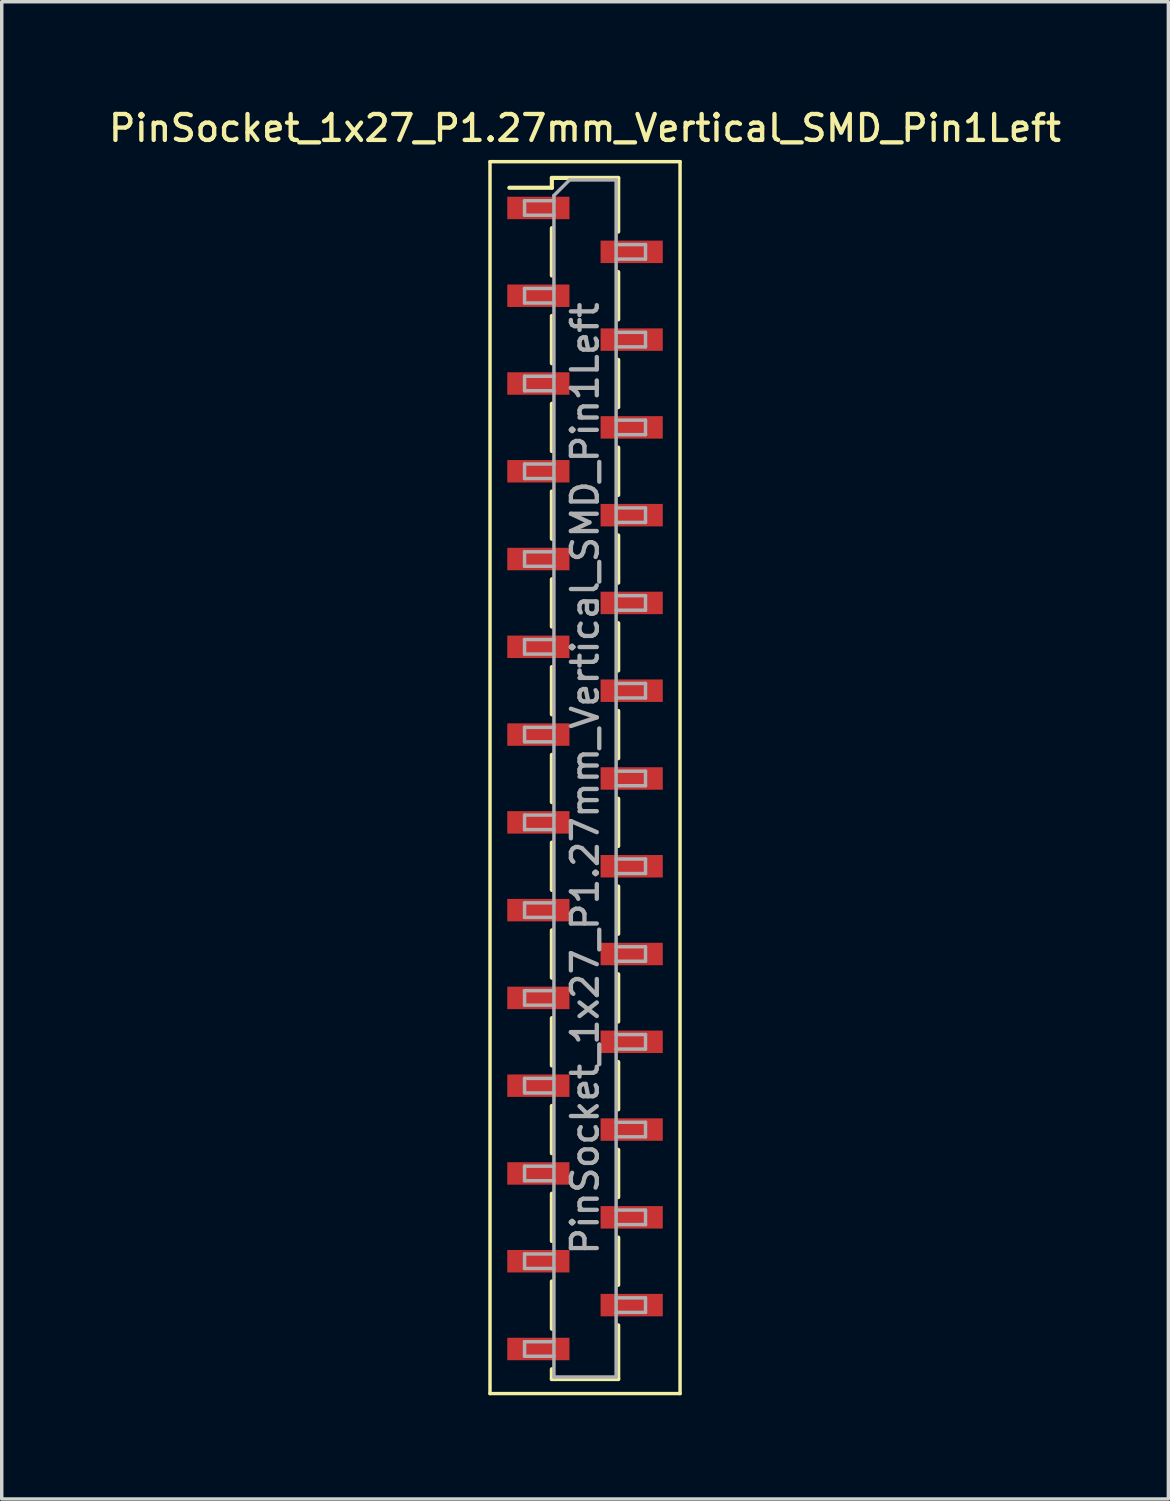
<source format=kicad_pcb>
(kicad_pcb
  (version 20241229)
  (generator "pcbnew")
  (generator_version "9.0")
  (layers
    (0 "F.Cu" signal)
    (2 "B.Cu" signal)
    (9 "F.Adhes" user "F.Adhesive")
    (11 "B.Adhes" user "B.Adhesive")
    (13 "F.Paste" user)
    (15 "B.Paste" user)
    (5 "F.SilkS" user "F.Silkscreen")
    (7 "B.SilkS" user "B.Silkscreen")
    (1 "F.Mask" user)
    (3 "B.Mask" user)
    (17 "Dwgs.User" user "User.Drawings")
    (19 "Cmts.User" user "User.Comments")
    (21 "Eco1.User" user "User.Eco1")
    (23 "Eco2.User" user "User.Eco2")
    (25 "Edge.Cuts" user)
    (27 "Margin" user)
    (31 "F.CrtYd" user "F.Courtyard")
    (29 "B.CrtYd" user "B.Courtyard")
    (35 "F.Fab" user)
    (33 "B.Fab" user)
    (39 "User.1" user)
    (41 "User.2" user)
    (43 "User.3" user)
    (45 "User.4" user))
  (footprint "PinSocket_1x27_P1.27mm_Vertical_SMD_Pin1Left"
    (layer "F.Cu")
    (at 13.88 19.478)
    (property "Reference" "PinSocket_1x27_P1.27mm_Vertical_SMD_Pin1Left" (at 0 -18.82 0) (layer "F.SilkS") (effects (font (size 0.75 0.75) (thickness 0.125))))
    (attr smd)
    (fp_line (start -2.75 -17.85) (end 2.75 -17.85) (stroke (width 0.1) (type solid)) (layer "F.SilkS"))
    (fp_line (start -2.75 17.8) (end -2.75 -17.85) (stroke (width 0.1) (type solid)) (layer "F.SilkS"))
    (fp_line (start -2.19 -17.095) (end -0.96 -17.095) (stroke (width 0.12) (type solid)) (layer "F.SilkS"))
    (fp_line (start -0.96 -17.38) (end -0.96 -17.095) (stroke (width 0.12) (type solid)) (layer "F.SilkS"))
    (fp_line (start -0.96 -17.38) (end 0.96 -17.38) (stroke (width 0.12) (type solid)) (layer "F.SilkS"))
    (fp_line (start -0.96 -15.925) (end -0.96 -14.555) (stroke (width 0.12) (type solid)) (layer "F.SilkS"))
    (fp_line (start -0.96 -13.385) (end -0.96 -12.015) (stroke (width 0.12) (type solid)) (layer "F.SilkS"))
    (fp_line (start -0.96 -10.845) (end -0.96 -9.475) (stroke (width 0.12) (type solid)) (layer "F.SilkS"))
    (fp_line (start -0.96 -8.305) (end -0.96 -6.935) (stroke (width 0.12) (type solid)) (layer "F.SilkS"))
    (fp_line (start -0.96 -5.765) (end -0.96 -4.395) (stroke (width 0.12) (type solid)) (layer "F.SilkS"))
    (fp_line (start -0.96 -3.225) (end -0.96 -1.855) (stroke (width 0.12) (type solid)) (layer "F.SilkS"))
    (fp_line (start -0.96 -0.685) (end -0.96 0.685) (stroke (width 0.12) (type solid)) (layer "F.SilkS"))
    (fp_line (start -0.96 1.855) (end -0.96 3.225) (stroke (width 0.12) (type solid)) (layer "F.SilkS"))
    (fp_line (start -0.96 4.395) (end -0.96 5.765) (stroke (width 0.12) (type solid)) (layer "F.SilkS"))
    (fp_line (start -0.96 6.935) (end -0.96 8.305) (stroke (width 0.12) (type solid)) (layer "F.SilkS"))
    (fp_line (start -0.96 9.475) (end -0.96 10.845) (stroke (width 0.12) (type solid)) (layer "F.SilkS"))
    (fp_line (start -0.96 12.015) (end -0.96 13.385) (stroke (width 0.12) (type solid)) (layer "F.SilkS"))
    (fp_line (start -0.96 14.555) (end -0.96 15.925) (stroke (width 0.12) (type solid)) (layer "F.SilkS"))
    (fp_line (start -0.96 17.095) (end -0.96 17.38) (stroke (width 0.12) (type solid)) (layer "F.SilkS"))
    (fp_line (start -0.96 17.38) (end 0.96 17.38) (stroke (width 0.12) (type solid)) (layer "F.SilkS"))
    (fp_line (start 0.96 -17.38) (end 0.96 -15.825) (stroke (width 0.12) (type solid)) (layer "F.SilkS"))
    (fp_line (start 0.96 -14.655) (end 0.96 -13.285) (stroke (width 0.12) (type solid)) (layer "F.SilkS"))
    (fp_line (start 0.96 -12.115) (end 0.96 -10.745) (stroke (width 0.12) (type solid)) (layer "F.SilkS"))
    (fp_line (start 0.96 -9.575) (end 0.96 -8.205) (stroke (width 0.12) (type solid)) (layer "F.SilkS"))
    (fp_line (start 0.96 -7.035) (end 0.96 -5.665) (stroke (width 0.12) (type solid)) (layer "F.SilkS"))
    (fp_line (start 0.96 -4.495) (end 0.96 -3.125) (stroke (width 0.12) (type solid)) (layer "F.SilkS"))
    (fp_line (start 0.96 -1.955) (end 0.96 -0.585) (stroke (width 0.12) (type solid)) (layer "F.SilkS"))
    (fp_line (start 0.96 0.585) (end 0.96 1.955) (stroke (width 0.12) (type solid)) (layer "F.SilkS"))
    (fp_line (start 0.96 3.125) (end 0.96 4.495) (stroke (width 0.12) (type solid)) (layer "F.SilkS"))
    (fp_line (start 0.96 5.665) (end 0.96 7.035) (stroke (width 0.12) (type solid)) (layer "F.SilkS"))
    (fp_line (start 0.96 8.205) (end 0.96 9.575) (stroke (width 0.12) (type solid)) (layer "F.SilkS"))
    (fp_line (start 0.96 10.745) (end 0.96 12.115) (stroke (width 0.12) (type solid)) (layer "F.SilkS"))
    (fp_line (start 0.96 13.285) (end 0.96 14.655) (stroke (width 0.12) (type solid)) (layer "F.SilkS"))
    (fp_line (start 0.96 15.825) (end 0.96 17.38) (stroke (width 0.12) (type solid)) (layer "F.SilkS"))
    (fp_line (start 2.75 -17.85) (end 2.75 17.8) (stroke (width 0.1) (type solid)) (layer "F.SilkS"))
    (fp_line (start 2.75 17.8) (end -2.75 17.8) (stroke (width 0.1) (type solid)) (layer "F.SilkS"))
    (fp_line (start -1.75 -16.72) (end -0.9 -16.72) (stroke (width 0.1) (type solid)) (layer "F.Fab"))
    (fp_line (start -1.75 -16.3) (end -1.75 -16.72) (stroke (width 0.1) (type solid)) (layer "F.Fab"))
    (fp_line (start -1.75 -14.18) (end -0.9 -14.18) (stroke (width 0.1) (type solid)) (layer "F.Fab"))
    (fp_line (start -1.75 -13.76) (end -1.75 -14.18) (stroke (width 0.1) (type solid)) (layer "F.Fab"))
    (fp_line (start -1.75 -11.64) (end -0.9 -11.64) (stroke (width 0.1) (type solid)) (layer "F.Fab"))
    (fp_line (start -1.75 -11.22) (end -1.75 -11.64) (stroke (width 0.1) (type solid)) (layer "F.Fab"))
    (fp_line (start -1.75 -9.1) (end -0.9 -9.1) (stroke (width 0.1) (type solid)) (layer "F.Fab"))
    (fp_line (start -1.75 -8.68) (end -1.75 -9.1) (stroke (width 0.1) (type solid)) (layer "F.Fab"))
    (fp_line (start -1.75 -6.56) (end -0.9 -6.56) (stroke (width 0.1) (type solid)) (layer "F.Fab"))
    (fp_line (start -1.75 -6.14) (end -1.75 -6.56) (stroke (width 0.1) (type solid)) (layer "F.Fab"))
    (fp_line (start -1.75 -4.02) (end -0.9 -4.02) (stroke (width 0.1) (type solid)) (layer "F.Fab"))
    (fp_line (start -1.75 -3.6) (end -1.75 -4.02) (stroke (width 0.1) (type solid)) (layer "F.Fab"))
    (fp_line (start -1.75 -1.48) (end -0.9 -1.48) (stroke (width 0.1) (type solid)) (layer "F.Fab"))
    (fp_line (start -1.75 -1.06) (end -1.75 -1.48) (stroke (width 0.1) (type solid)) (layer "F.Fab"))
    (fp_line (start -1.75 1.06) (end -0.9 1.06) (stroke (width 0.1) (type solid)) (layer "F.Fab"))
    (fp_line (start -1.75 1.48) (end -1.75 1.06) (stroke (width 0.1) (type solid)) (layer "F.Fab"))
    (fp_line (start -1.75 3.6) (end -0.9 3.6) (stroke (width 0.1) (type solid)) (layer "F.Fab"))
    (fp_line (start -1.75 4.02) (end -1.75 3.6) (stroke (width 0.1) (type solid)) (layer "F.Fab"))
    (fp_line (start -1.75 6.14) (end -0.9 6.14) (stroke (width 0.1) (type solid)) (layer "F.Fab"))
    (fp_line (start -1.75 6.56) (end -1.75 6.14) (stroke (width 0.1) (type solid)) (layer "F.Fab"))
    (fp_line (start -1.75 8.68) (end -0.9 8.68) (stroke (width 0.1) (type solid)) (layer "F.Fab"))
    (fp_line (start -1.75 9.1) (end -1.75 8.68) (stroke (width 0.1) (type solid)) (layer "F.Fab"))
    (fp_line (start -1.75 11.22) (end -0.9 11.22) (stroke (width 0.1) (type solid)) (layer "F.Fab"))
    (fp_line (start -1.75 11.64) (end -1.75 11.22) (stroke (width 0.1) (type solid)) (layer "F.Fab"))
    (fp_line (start -1.75 13.76) (end -0.9 13.76) (stroke (width 0.1) (type solid)) (layer "F.Fab"))
    (fp_line (start -1.75 14.18) (end -1.75 13.76) (stroke (width 0.1) (type solid)) (layer "F.Fab"))
    (fp_line (start -1.75 16.3) (end -0.9 16.3) (stroke (width 0.1) (type solid)) (layer "F.Fab"))
    (fp_line (start -1.75 16.72) (end -1.75 16.3) (stroke (width 0.1) (type solid)) (layer "F.Fab"))
    (fp_line (start -0.9 -16.87) (end -0.45 -17.32) (stroke (width 0.1) (type solid)) (layer "F.Fab"))
    (fp_line (start -0.9 -16.3) (end -1.75 -16.3) (stroke (width 0.1) (type solid)) (layer "F.Fab"))
    (fp_line (start -0.9 -13.76) (end -1.75 -13.76) (stroke (width 0.1) (type solid)) (layer "F.Fab"))
    (fp_line (start -0.9 -11.22) (end -1.75 -11.22) (stroke (width 0.1) (type solid)) (layer "F.Fab"))
    (fp_line (start -0.9 -8.68) (end -1.75 -8.68) (stroke (width 0.1) (type solid)) (layer "F.Fab"))
    (fp_line (start -0.9 -6.14) (end -1.75 -6.14) (stroke (width 0.1) (type solid)) (layer "F.Fab"))
    (fp_line (start -0.9 -3.6) (end -1.75 -3.6) (stroke (width 0.1) (type solid)) (layer "F.Fab"))
    (fp_line (start -0.9 -1.06) (end -1.75 -1.06) (stroke (width 0.1) (type solid)) (layer "F.Fab"))
    (fp_line (start -0.9 1.48) (end -1.75 1.48) (stroke (width 0.1) (type solid)) (layer "F.Fab"))
    (fp_line (start -0.9 4.02) (end -1.75 4.02) (stroke (width 0.1) (type solid)) (layer "F.Fab"))
    (fp_line (start -0.9 6.56) (end -1.75 6.56) (stroke (width 0.1) (type solid)) (layer "F.Fab"))
    (fp_line (start -0.9 9.1) (end -1.75 9.1) (stroke (width 0.1) (type solid)) (layer "F.Fab"))
    (fp_line (start -0.9 11.64) (end -1.75 11.64) (stroke (width 0.1) (type solid)) (layer "F.Fab"))
    (fp_line (start -0.9 14.18) (end -1.75 14.18) (stroke (width 0.1) (type solid)) (layer "F.Fab"))
    (fp_line (start -0.9 16.72) (end -1.75 16.72) (stroke (width 0.1) (type solid)) (layer "F.Fab"))
    (fp_line (start -0.9 17.32) (end -0.9 -16.87) (stroke (width 0.1) (type solid)) (layer "F.Fab"))
    (fp_line (start -0.45 -17.32) (end 0.9 -17.32) (stroke (width 0.1) (type solid)) (layer "F.Fab"))
    (fp_line (start 0.9 -17.32) (end 0.9 17.32) (stroke (width 0.1) (type solid)) (layer "F.Fab"))
    (fp_line (start 0.9 -15.45) (end 1.75 -15.45) (stroke (width 0.1) (type solid)) (layer "F.Fab"))
    (fp_line (start 0.9 -12.91) (end 1.75 -12.91) (stroke (width 0.1) (type solid)) (layer "F.Fab"))
    (fp_line (start 0.9 -10.37) (end 1.75 -10.37) (stroke (width 0.1) (type solid)) (layer "F.Fab"))
    (fp_line (start 0.9 -7.83) (end 1.75 -7.83) (stroke (width 0.1) (type solid)) (layer "F.Fab"))
    (fp_line (start 0.9 -5.29) (end 1.75 -5.29) (stroke (width 0.1) (type solid)) (layer "F.Fab"))
    (fp_line (start 0.9 -2.75) (end 1.75 -2.75) (stroke (width 0.1) (type solid)) (layer "F.Fab"))
    (fp_line (start 0.9 -0.21) (end 1.75 -0.21) (stroke (width 0.1) (type solid)) (layer "F.Fab"))
    (fp_line (start 0.9 2.33) (end 1.75 2.33) (stroke (width 0.1) (type solid)) (layer "F.Fab"))
    (fp_line (start 0.9 4.87) (end 1.75 4.87) (stroke (width 0.1) (type solid)) (layer "F.Fab"))
    (fp_line (start 0.9 7.41) (end 1.75 7.41) (stroke (width 0.1) (type solid)) (layer "F.Fab"))
    (fp_line (start 0.9 9.95) (end 1.75 9.95) (stroke (width 0.1) (type solid)) (layer "F.Fab"))
    (fp_line (start 0.9 12.49) (end 1.75 12.49) (stroke (width 0.1) (type solid)) (layer "F.Fab"))
    (fp_line (start 0.9 15.03) (end 1.75 15.03) (stroke (width 0.1) (type solid)) (layer "F.Fab"))
    (fp_line (start 0.9 17.32) (end -0.9 17.32) (stroke (width 0.1) (type solid)) (layer "F.Fab"))
    (fp_line (start 1.75 -15.45) (end 1.75 -15.03) (stroke (width 0.1) (type solid)) (layer "F.Fab"))
    (fp_line (start 1.75 -15.03) (end 0.9 -15.03) (stroke (width 0.1) (type solid)) (layer "F.Fab"))
    (fp_line (start 1.75 -12.91) (end 1.75 -12.49) (stroke (width 0.1) (type solid)) (layer "F.Fab"))
    (fp_line (start 1.75 -12.49) (end 0.9 -12.49) (stroke (width 0.1) (type solid)) (layer "F.Fab"))
    (fp_line (start 1.75 -10.37) (end 1.75 -9.95) (stroke (width 0.1) (type solid)) (layer "F.Fab"))
    (fp_line (start 1.75 -9.95) (end 0.9 -9.95) (stroke (width 0.1) (type solid)) (layer "F.Fab"))
    (fp_line (start 1.75 -7.83) (end 1.75 -7.41) (stroke (width 0.1) (type solid)) (layer "F.Fab"))
    (fp_line (start 1.75 -7.41) (end 0.9 -7.41) (stroke (width 0.1) (type solid)) (layer "F.Fab"))
    (fp_line (start 1.75 -5.29) (end 1.75 -4.87) (stroke (width 0.1) (type solid)) (layer "F.Fab"))
    (fp_line (start 1.75 -4.87) (end 0.9 -4.87) (stroke (width 0.1) (type solid)) (layer "F.Fab"))
    (fp_line (start 1.75 -2.75) (end 1.75 -2.33) (stroke (width 0.1) (type solid)) (layer "F.Fab"))
    (fp_line (start 1.75 -2.33) (end 0.9 -2.33) (stroke (width 0.1) (type solid)) (layer "F.Fab"))
    (fp_line (start 1.75 -0.21) (end 1.75 0.21) (stroke (width 0.1) (type solid)) (layer "F.Fab"))
    (fp_line (start 1.75 0.21) (end 0.9 0.21) (stroke (width 0.1) (type solid)) (layer "F.Fab"))
    (fp_line (start 1.75 2.33) (end 1.75 2.75) (stroke (width 0.1) (type solid)) (layer "F.Fab"))
    (fp_line (start 1.75 2.75) (end 0.9 2.75) (stroke (width 0.1) (type solid)) (layer "F.Fab"))
    (fp_line (start 1.75 4.87) (end 1.75 5.29) (stroke (width 0.1) (type solid)) (layer "F.Fab"))
    (fp_line (start 1.75 5.29) (end 0.9 5.29) (stroke (width 0.1) (type solid)) (layer "F.Fab"))
    (fp_line (start 1.75 7.41) (end 1.75 7.83) (stroke (width 0.1) (type solid)) (layer "F.Fab"))
    (fp_line (start 1.75 7.83) (end 0.9 7.83) (stroke (width 0.1) (type solid)) (layer "F.Fab"))
    (fp_line (start 1.75 9.95) (end 1.75 10.37) (stroke (width 0.1) (type solid)) (layer "F.Fab"))
    (fp_line (start 1.75 10.37) (end 0.9 10.37) (stroke (width 0.1) (type solid)) (layer "F.Fab"))
    (fp_line (start 1.75 12.49) (end 1.75 12.91) (stroke (width 0.1) (type solid)) (layer "F.Fab"))
    (fp_line (start 1.75 12.91) (end 0.9 12.91) (stroke (width 0.1) (type solid)) (layer "F.Fab"))
    (fp_line (start 1.75 15.03) (end 1.75 15.45) (stroke (width 0.1) (type solid)) (layer "F.Fab"))
    (fp_line (start 1.75 15.45) (end 0.9 15.45) (stroke (width 0.1) (type solid)) (layer "F.Fab"))
    (fp_text user "${REFERENCE}" (at 0 0 90) (layer "F.Fab") (effects (font (size 0.75 0.75) (thickness 0.125))))
    (pad "1" smd rect (at -1.35 -16.51) (size 1.8 0.65) (layers "F.Cu" "F.Mask" "F.Paste"))
    (pad "2" smd rect (at 1.35 -15.24) (size 1.8 0.65) (layers "F.Cu" "F.Mask" "F.Paste"))
    (pad "3" smd rect (at -1.35 -13.97) (size 1.8 0.65) (layers "F.Cu" "F.Mask" "F.Paste"))
    (pad "4" smd rect (at 1.35 -12.7) (size 1.8 0.65) (layers "F.Cu" "F.Mask" "F.Paste"))
    (pad "5" smd rect (at -1.35 -11.43) (size 1.8 0.65) (layers "F.Cu" "F.Mask" "F.Paste"))
    (pad "6" smd rect (at 1.35 -10.16) (size 1.8 0.65) (layers "F.Cu" "F.Mask" "F.Paste"))
    (pad "7" smd rect (at -1.35 -8.89) (size 1.8 0.65) (layers "F.Cu" "F.Mask" "F.Paste"))
    (pad "8" smd rect (at 1.35 -7.62) (size 1.8 0.65) (layers "F.Cu" "F.Mask" "F.Paste"))
    (pad "9" smd rect (at -1.35 -6.35) (size 1.8 0.65) (layers "F.Cu" "F.Mask" "F.Paste"))
    (pad "10" smd rect (at 1.35 -5.08) (size 1.8 0.65) (layers "F.Cu" "F.Mask" "F.Paste"))
    (pad "11" smd rect (at -1.35 -3.81) (size 1.8 0.65) (layers "F.Cu" "F.Mask" "F.Paste"))
    (pad "12" smd rect (at 1.35 -2.54) (size 1.8 0.65) (layers "F.Cu" "F.Mask" "F.Paste"))
    (pad "13" smd rect (at -1.35 -1.27) (size 1.8 0.65) (layers "F.Cu" "F.Mask" "F.Paste"))
    (pad "14" smd rect (at 1.35 0) (size 1.8 0.65) (layers "F.Cu" "F.Mask" "F.Paste"))
    (pad "15" smd rect (at -1.35 1.27) (size 1.8 0.65) (layers "F.Cu" "F.Mask" "F.Paste"))
    (pad "16" smd rect (at 1.35 2.54) (size 1.8 0.65) (layers "F.Cu" "F.Mask" "F.Paste"))
    (pad "17" smd rect (at -1.35 3.81) (size 1.8 0.65) (layers "F.Cu" "F.Mask" "F.Paste"))
    (pad "18" smd rect (at 1.35 5.08) (size 1.8 0.65) (layers "F.Cu" "F.Mask" "F.Paste"))
    (pad "19" smd rect (at -1.35 6.35) (size 1.8 0.65) (layers "F.Cu" "F.Mask" "F.Paste"))
    (pad "20" smd rect (at 1.35 7.62) (size 1.8 0.65) (layers "F.Cu" "F.Mask" "F.Paste"))
    (pad "21" smd rect (at -1.35 8.89) (size 1.8 0.65) (layers "F.Cu" "F.Mask" "F.Paste"))
    (pad "22" smd rect (at 1.35 10.16) (size 1.8 0.65) (layers "F.Cu" "F.Mask" "F.Paste"))
    (pad "23" smd rect (at -1.35 11.43) (size 1.8 0.65) (layers "F.Cu" "F.Mask" "F.Paste"))
    (pad "24" smd rect (at 1.35 12.7) (size 1.8 0.65) (layers "F.Cu" "F.Mask" "F.Paste"))
    (pad "25" smd rect (at -1.35 13.97) (size 1.8 0.65) (layers "F.Cu" "F.Mask" "F.Paste"))
    (pad "26" smd rect (at 1.35 15.24) (size 1.8 0.65) (layers "F.Cu" "F.Mask" "F.Paste"))
    (pad "27" smd rect (at -1.35 16.51) (size 1.8 0.65) (layers "F.Cu" "F.Mask" "F.Paste")))
  (gr_rect
    (start -3 -3)
    (end 30.761 40.328)
    (stroke (width 0.1) (type default))
    (fill no)
    (layer "Edge.Cuts")))
</source>
